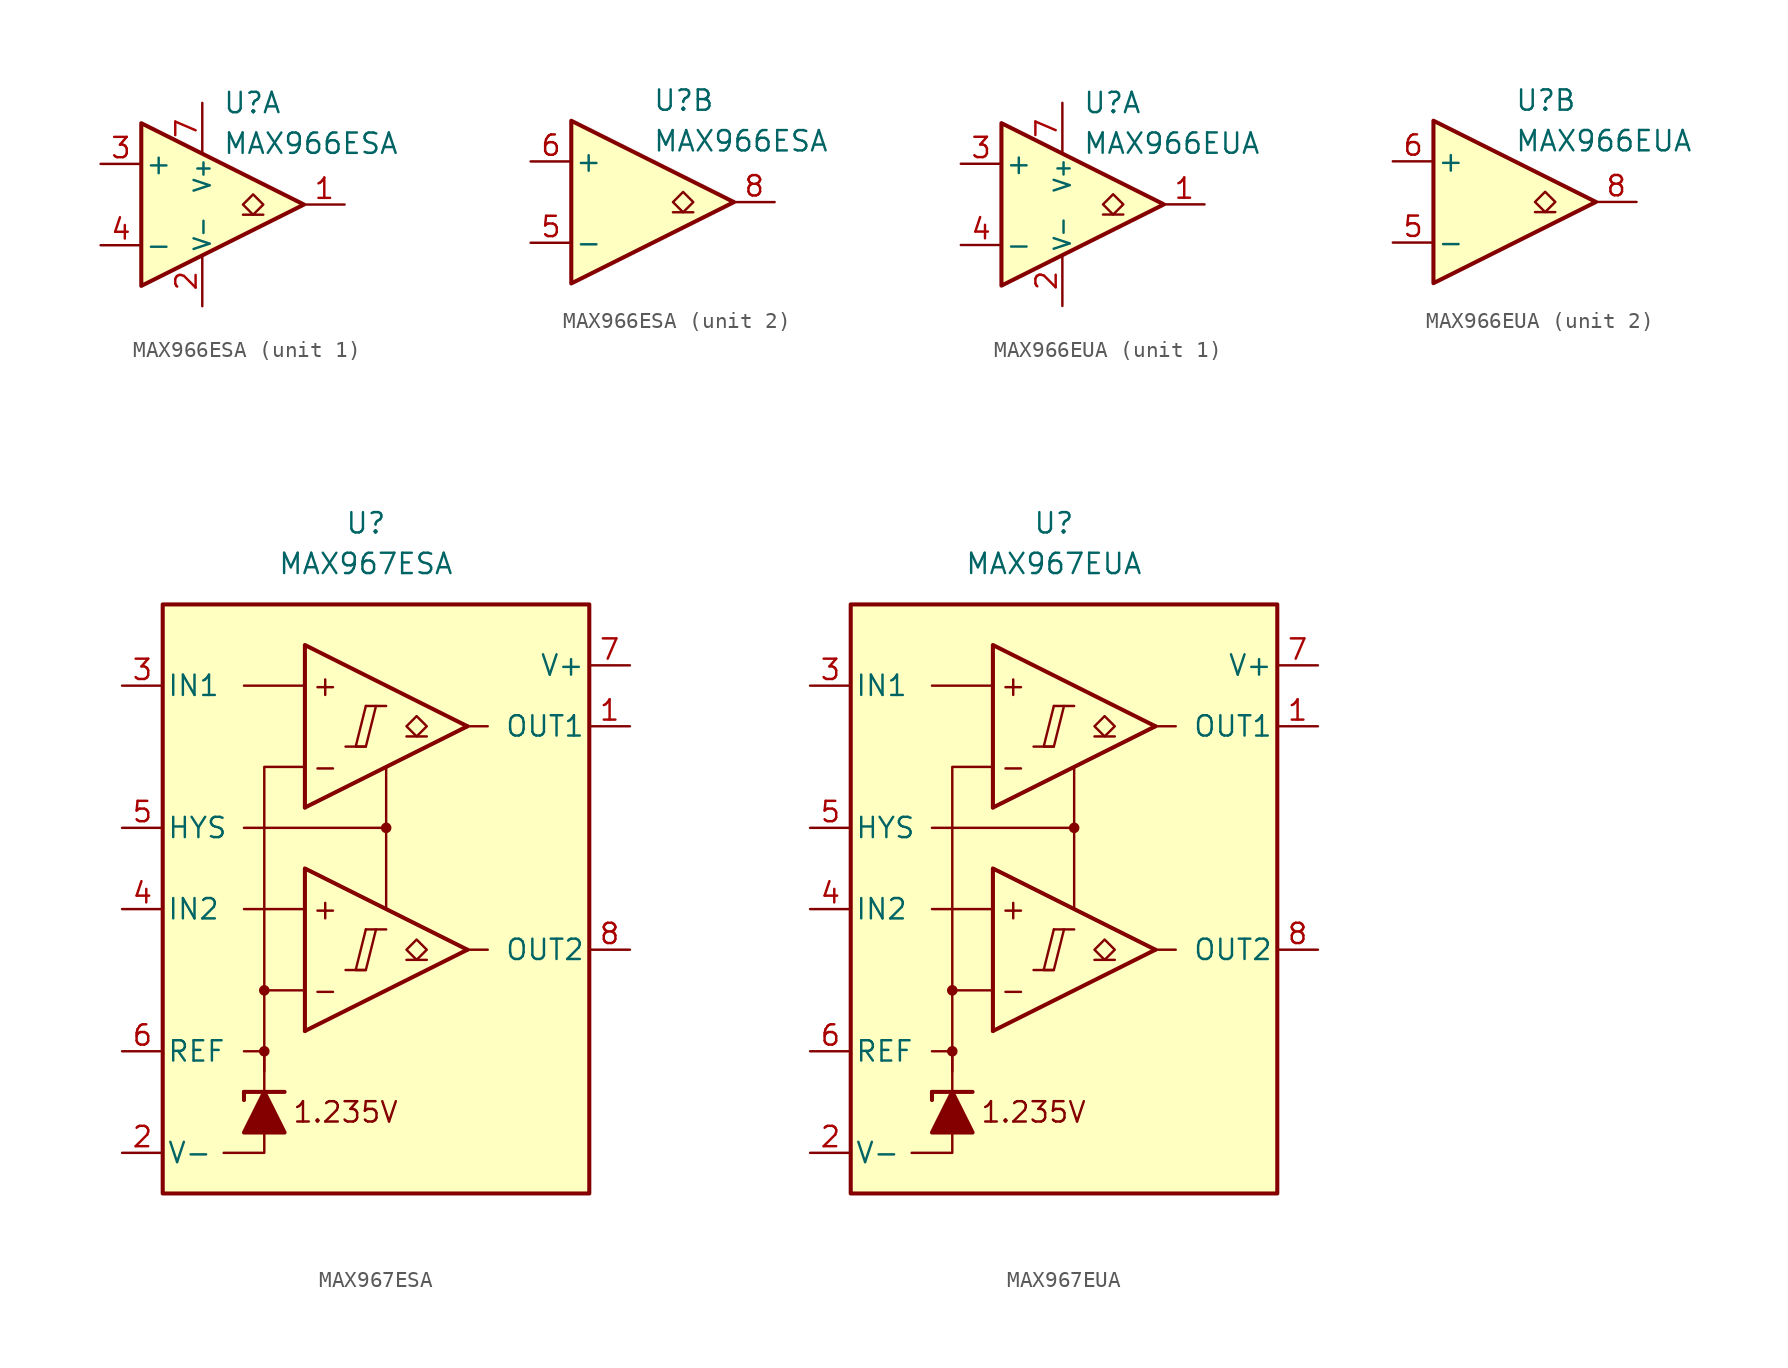
<source format=kicad_sym>
(kicad_symbol_lib
  (version 20231120)
  (generator "kicad_symbol_editor")
  (generator_version "8.0")
  (symbol "MAX966ESA"
    (pin_names
      (offset 0.2))
    (property "Reference" "U"
      (at 1.27 6.35 0)
      (effects (font (size 1.27 1.27)) (justify left)))
    (property "Value" "MAX966ESA"
      (at 1.27 3.81 0)
      (effects (font (size 1.27 1.27)) (justify left)))
    (property "ki_locked" ""
      (at 0 0 0)
      (effects (font (size 1.27 1.27))))
    (symbol "MAX966ESA_0_1"
      (polyline (pts (xy -3.81 5.08) (xy -3.81 -5.08) (xy 6.35 0) (xy -3.81 5.08)) (stroke (width 0.254) (type default)) (fill (type background))))
    (symbol "MAX966ESA_1_1"
      (polyline (pts (xy 3.81 -0.635) (xy 2.54 -0.635)) (stroke (width 0.152) (type default)) (fill (type none)))
      (polyline (pts (xy 3.175 -0.635) (xy 2.54 0) (xy 3.175 0.635) (xy 3.81 0) (xy 3.175 -0.635)) (stroke (width 0.152) (type default)) (fill (type none)))
      (pin output line (at 8.89 0 180) (length 2.54) (name "~" (effects (font (size 1.27 1.27)))) (number "1" (effects (font (size 1.27 1.27)))))
      (pin power_in line (at 0 -6.35 90) (length 3.18) (name "V-" (effects (font (size 1 1)))) (number "2" (effects (font (size 1.27 1.27)))))
      (pin input line (at -6.35 2.54 0) (length 2.54) (name "+" (effects (font (size 1.27 1.27)))) (number "3" (effects (font (size 1.27 1.27)))))
      (pin input line (at -6.35 -2.54 0) (length 2.54) (name "-" (effects (font (size 1.27 1.27)))) (number "4" (effects (font (size 1.27 1.27)))))
      (pin power_in line (at 0 6.35 270) (length 3.18) (name "V+" (effects (font (size 1 1)))) (number "7" (effects (font (size 1.27 1.27))))))
    (symbol "MAX966ESA_2_1"
      (polyline (pts (xy 3.81 -0.635) (xy 2.54 -0.635)) (stroke (width 0.152) (type default)) (fill (type none)))
      (polyline (pts (xy 3.175 -0.635) (xy 2.54 0) (xy 3.175 0.635) (xy 3.81 0) (xy 3.175 -0.635)) (stroke (width 0.152) (type default)) (fill (type none)))
      (pin input line (at -6.35 -2.54 0) (length 2.54) (name "-" (effects (font (size 1.27 1.27)))) (number "5" (effects (font (size 1.27 1.27)))))
      (pin input line (at -6.35 2.54 0) (length 2.54) (name "+" (effects (font (size 1.27 1.27)))) (number "6" (effects (font (size 1.27 1.27)))))
      (pin output line (at 8.89 0 180) (length 2.54) (name "~" (effects (font (size 1.27 1.27)))) (number "8" (effects (font (size 1.27 1.27)))))))
  (symbol "MAX966EUA"
    (pin_names
      (offset 0.2))
    (property "Reference" "U"
      (at 1.27 6.35 0)
      (effects (font (size 1.27 1.27)) (justify left)))
    (property "Value" "MAX966EUA"
      (at 1.27 3.81 0)
      (effects (font (size 1.27 1.27)) (justify left)))
    (property "ki_locked" ""
      (at 0 0 0)
      (effects (font (size 1.27 1.27))))
    (symbol "MAX966EUA_0_1"
      (polyline (pts (xy -3.81 5.08) (xy -3.81 -5.08) (xy 6.35 0) (xy -3.81 5.08)) (stroke (width 0.254) (type default)) (fill (type background))))
    (symbol "MAX966EUA_1_1"
      (polyline (pts (xy 3.81 -0.635) (xy 2.54 -0.635)) (stroke (width 0.152) (type default)) (fill (type none)))
      (polyline (pts (xy 3.175 -0.635) (xy 2.54 0) (xy 3.175 0.635) (xy 3.81 0) (xy 3.175 -0.635)) (stroke (width 0.152) (type default)) (fill (type none)))
      (pin output line (at 8.89 0 180) (length 2.54) (name "~" (effects (font (size 1.27 1.27)))) (number "1" (effects (font (size 1.27 1.27)))))
      (pin power_in line (at 0 -6.35 90) (length 3.18) (name "V-" (effects (font (size 1 1)))) (number "2" (effects (font (size 1.27 1.27)))))
      (pin input line (at -6.35 2.54 0) (length 2.54) (name "+" (effects (font (size 1.27 1.27)))) (number "3" (effects (font (size 1.27 1.27)))))
      (pin input line (at -6.35 -2.54 0) (length 2.54) (name "-" (effects (font (size 1.27 1.27)))) (number "4" (effects (font (size 1.27 1.27)))))
      (pin power_in line (at 0 6.35 270) (length 3.18) (name "V+" (effects (font (size 1 1)))) (number "7" (effects (font (size 1.27 1.27))))))
    (symbol "MAX966EUA_2_1"
      (polyline (pts (xy 3.81 -0.635) (xy 2.54 -0.635)) (stroke (width 0.152) (type default)) (fill (type none)))
      (polyline (pts (xy 3.175 -0.635) (xy 2.54 0) (xy 3.175 0.635) (xy 3.81 0) (xy 3.175 -0.635)) (stroke (width 0.152) (type default)) (fill (type none)))
      (pin input line (at -6.35 -2.54 0) (length 2.54) (name "-" (effects (font (size 1.27 1.27)))) (number "5" (effects (font (size 1.27 1.27)))))
      (pin input line (at -6.35 2.54 0) (length 2.54) (name "+" (effects (font (size 1.27 1.27)))) (number "6" (effects (font (size 1.27 1.27)))))
      (pin output line (at 8.89 0 180) (length 2.54) (name "~" (effects (font (size 1.27 1.27)))) (number "8" (effects (font (size 1.27 1.27)))))))
  (symbol "MAX967ESA"
    (pin_names
      (offset 0.254))
    (property "Reference" "U"
      (at -1.27 22.86 0)
      (effects (font (size 1.27 1.27))))
    (property "Value" "MAX967ESA"
      (at -1.27 20.32 0)
      (effects (font (size 1.27 1.27))))
    (symbol "MAX967ESA_0_0"
      (rectangle (start -13.97 17.78) (end 12.7 -19.05) (stroke (width 0.254) (type default)) (fill (type background)))
      (circle (center -7.62 -10.16) (radius 0.254) (stroke (width 0.152) (type default)) (fill (type outline)))
      (circle (center -7.62 -6.35) (radius 0.254) (stroke (width 0.152) (type default)) (fill (type outline)))
      (polyline (pts (xy -2.54 -5.08) (xy -1.27 -5.08)) (stroke (width 0.152) (type default)) (fill (type none)))
      (polyline (pts (xy -2.54 8.89) (xy -1.27 8.89)) (stroke (width 0.152) (type default)) (fill (type none)))
      (polyline (pts (xy -1.27 -2.54) (xy 0 -2.54)) (stroke (width 0.152) (type default)) (fill (type none)))
      (polyline (pts (xy -1.27 11.43) (xy 0 11.43)) (stroke (width 0.152) (type default)) (fill (type none)))
      (polyline (pts (xy 5.08 -3.81) (xy -5.08 -8.89)) (stroke (width 0.254) (type default)) (fill (type none)))
      (polyline (pts (xy 5.08 10.16) (xy -5.08 5.08)) (stroke (width 0.254) (type default)) (fill (type none)))
      (polyline (pts (xy 5.08 -3.81) (xy -5.08 1.27) (xy -5.08 -8.89)) (stroke (width 0.254) (type default)) (fill (type background)))
      (polyline (pts (xy 5.08 10.16) (xy -5.08 15.24) (xy -5.08 5.08)) (stroke (width 0.254) (type default)) (fill (type background)))
      (polyline (pts (xy -1.27 -2.54) (xy -1.905 -5.08) (xy -1.27 -5.08) (xy -0.635 -2.54)) (stroke (width 0.152) (type default)) (fill (type none)))
      (polyline (pts (xy -1.27 11.43) (xy -1.905 8.89) (xy -1.27 8.89) (xy -0.635 11.43)) (stroke (width 0.152) (type default)) (fill (type none)))
      (circle (center 0 3.81) (radius 0.254) (stroke (width 0.152) (type default)) (fill (type outline)))
      (text "+" (at -3.81 -1.27 0) (effects (font (size 1.27 1.27))))
      (text "+" (at -3.81 12.7 0) (effects (font (size 1.27 1.27))))
      (text "-" (at -3.81 -6.35 0) (effects (font (size 1.27 1.27))))
      (text "-" (at -3.81 7.62 0) (effects (font (size 1.27 1.27))))
      (text "1.235V" (at -2.54 -13.97 0) (effects (font (size 1.27 1.27)))))
    (symbol "MAX967ESA_0_1"
      (polyline (pts (xy -8.89 -12.7) (xy -8.89 -13.208)) (stroke (width 0.254) (type default)) (fill (type none)))
      (polyline (pts (xy -8.89 -12.7) (xy -6.35 -12.7)) (stroke (width 0.254) (type default)) (fill (type none)))
      (polyline (pts (xy -5.08 -1.27) (xy -8.89 -1.27)) (stroke (width 0) (type default)) (fill (type none)))
      (polyline (pts (xy -5.08 12.7) (xy -8.89 12.7)) (stroke (width 0) (type default)) (fill (type none)))
      (polyline (pts (xy 0 3.81) (xy 0 -1.27)) (stroke (width 0) (type default)) (fill (type none)))
      (polyline (pts (xy 5.08 -3.81) (xy 6.35 -3.81)) (stroke (width 0) (type default)) (fill (type none)))
      (polyline (pts (xy 5.08 10.16) (xy 6.35 10.16)) (stroke (width 0) (type default)) (fill (type none)))
      (polyline (pts (xy -7.62 -15.24) (xy -7.62 -16.51) (xy -10.16 -16.51)) (stroke (width 0) (type default)) (fill (type none)))
      (polyline (pts (xy -7.62 -12.7) (xy -7.62 -10.16) (xy -8.89 -10.16)) (stroke (width 0) (type default)) (fill (type none)))
      (polyline (pts (xy -7.62 -11.43) (xy -7.62 -6.35) (xy -5.08 -6.35)) (stroke (width 0) (type default)) (fill (type none)))
      (polyline (pts (xy -7.62 -6.35) (xy -7.62 7.62) (xy -5.08 7.62)) (stroke (width 0) (type default)) (fill (type none)))
      (polyline (pts (xy 0 7.62) (xy 0 3.81) (xy -8.89 3.81)) (stroke (width 0) (type default)) (fill (type none)))
      (polyline (pts (xy -6.35 -15.24) (xy -8.89 -15.24) (xy -7.62 -12.7) (xy -6.35 -15.24)) (stroke (width 0.254) (type default)) (fill (type outline))))
    (symbol "MAX967ESA_1_1"
      (polyline (pts (xy 2.54 -4.445) (xy 1.27 -4.445)) (stroke (width 0.152) (type default)) (fill (type none)))
      (polyline (pts (xy 2.54 9.525) (xy 1.27 9.525)) (stroke (width 0.152) (type default)) (fill (type none)))
      (polyline (pts (xy 1.905 -4.445) (xy 1.27 -3.81) (xy 1.905 -3.175) (xy 2.54 -3.81) (xy 1.905 -4.445)) (stroke (width 0.152) (type default)) (fill (type none)))
      (polyline (pts (xy 1.905 9.525) (xy 1.27 10.16) (xy 1.905 10.795) (xy 2.54 10.16) (xy 1.905 9.525)) (stroke (width 0.152) (type default)) (fill (type none)))
      (pin output line (at 15.24 10.16 180) (length 2.54) (name "OUT1" (effects (font (size 1.27 1.27)))) (number "1" (effects (font (size 1.27 1.27)))))
      (pin power_in line (at -16.51 -16.51 0) (length 2.54) (name "V-" (effects (font (size 1.27 1.27)))) (number "2" (effects (font (size 1.27 1.27)))))
      (pin input line (at -16.51 12.7 0) (length 2.54) (name "IN1" (effects (font (size 1.27 1.27)))) (number "3" (effects (font (size 1.27 1.27)))))
      (pin input line (at -16.51 -1.27 0) (length 2.54) (name "IN2" (effects (font (size 1.27 1.27)))) (number "4" (effects (font (size 1.27 1.27)))))
      (pin input line (at -16.51 3.81 0) (length 2.54) (name "HYS" (effects (font (size 1.27 1.27)))) (number "5" (effects (font (size 1.27 1.27)))))
      (pin output line (at -16.51 -10.16 0) (length 2.54) (name "REF" (effects (font (size 1.27 1.27)))) (number "6" (effects (font (size 1.27 1.27)))))
      (pin power_in line (at 15.24 13.97 180) (length 2.54) (name "V+" (effects (font (size 1.27 1.27)))) (number "7" (effects (font (size 1.27 1.27)))))
      (pin output line (at 15.24 -3.81 180) (length 2.54) (name "OUT2" (effects (font (size 1.27 1.27)))) (number "8" (effects (font (size 1.27 1.27)))))))
  (symbol "MAX967EUA"
    (pin_names
      (offset 0.254))
    (property "Reference" "U"
      (at -1.27 22.86 0)
      (effects (font (size 1.27 1.27))))
    (property "Value" "MAX967EUA"
      (at -1.27 20.32 0)
      (effects (font (size 1.27 1.27))))
    (symbol "MAX967EUA_0_0"
      (rectangle (start -13.97 17.78) (end 12.7 -19.05) (stroke (width 0.254) (type default)) (fill (type background)))
      (circle (center -7.62 -10.16) (radius 0.254) (stroke (width 0.152) (type default)) (fill (type outline)))
      (circle (center -7.62 -6.35) (radius 0.254) (stroke (width 0.152) (type default)) (fill (type outline)))
      (polyline (pts (xy -2.54 -5.08) (xy -1.27 -5.08)) (stroke (width 0.152) (type default)) (fill (type none)))
      (polyline (pts (xy -2.54 8.89) (xy -1.27 8.89)) (stroke (width 0.152) (type default)) (fill (type none)))
      (polyline (pts (xy -1.27 -2.54) (xy 0 -2.54)) (stroke (width 0.152) (type default)) (fill (type none)))
      (polyline (pts (xy -1.27 11.43) (xy 0 11.43)) (stroke (width 0.152) (type default)) (fill (type none)))
      (polyline (pts (xy 5.08 -3.81) (xy -5.08 -8.89)) (stroke (width 0.254) (type default)) (fill (type none)))
      (polyline (pts (xy 5.08 10.16) (xy -5.08 5.08)) (stroke (width 0.254) (type default)) (fill (type none)))
      (polyline (pts (xy 5.08 -3.81) (xy -5.08 1.27) (xy -5.08 -8.89)) (stroke (width 0.254) (type default)) (fill (type background)))
      (polyline (pts (xy 5.08 10.16) (xy -5.08 15.24) (xy -5.08 5.08)) (stroke (width 0.254) (type default)) (fill (type background)))
      (polyline (pts (xy -1.27 -2.54) (xy -1.905 -5.08) (xy -1.27 -5.08) (xy -0.635 -2.54)) (stroke (width 0.152) (type default)) (fill (type none)))
      (polyline (pts (xy -1.27 11.43) (xy -1.905 8.89) (xy -1.27 8.89) (xy -0.635 11.43)) (stroke (width 0.152) (type default)) (fill (type none)))
      (circle (center 0 3.81) (radius 0.254) (stroke (width 0.152) (type default)) (fill (type outline)))
      (text "+" (at -3.81 -1.27 0) (effects (font (size 1.27 1.27))))
      (text "+" (at -3.81 12.7 0) (effects (font (size 1.27 1.27))))
      (text "-" (at -3.81 -6.35 0) (effects (font (size 1.27 1.27))))
      (text "-" (at -3.81 7.62 0) (effects (font (size 1.27 1.27))))
      (text "1.235V" (at -2.54 -13.97 0) (effects (font (size 1.27 1.27)))))
    (symbol "MAX967EUA_0_1"
      (polyline (pts (xy -8.89 -12.7) (xy -8.89 -13.208)) (stroke (width 0.254) (type default)) (fill (type none)))
      (polyline (pts (xy -8.89 -12.7) (xy -6.35 -12.7)) (stroke (width 0.254) (type default)) (fill (type none)))
      (polyline (pts (xy -5.08 -1.27) (xy -8.89 -1.27)) (stroke (width 0) (type default)) (fill (type none)))
      (polyline (pts (xy -5.08 12.7) (xy -8.89 12.7)) (stroke (width 0) (type default)) (fill (type none)))
      (polyline (pts (xy 0 3.81) (xy 0 -1.27)) (stroke (width 0) (type default)) (fill (type none)))
      (polyline (pts (xy 5.08 -3.81) (xy 6.35 -3.81)) (stroke (width 0) (type default)) (fill (type none)))
      (polyline (pts (xy 5.08 10.16) (xy 6.35 10.16)) (stroke (width 0) (type default)) (fill (type none)))
      (polyline (pts (xy -7.62 -15.24) (xy -7.62 -16.51) (xy -10.16 -16.51)) (stroke (width 0) (type default)) (fill (type none)))
      (polyline (pts (xy -7.62 -12.7) (xy -7.62 -10.16) (xy -8.89 -10.16)) (stroke (width 0) (type default)) (fill (type none)))
      (polyline (pts (xy -7.62 -11.43) (xy -7.62 -6.35) (xy -5.08 -6.35)) (stroke (width 0) (type default)) (fill (type none)))
      (polyline (pts (xy -7.62 -6.35) (xy -7.62 7.62) (xy -5.08 7.62)) (stroke (width 0) (type default)) (fill (type none)))
      (polyline (pts (xy 0 7.62) (xy 0 3.81) (xy -8.89 3.81)) (stroke (width 0) (type default)) (fill (type none)))
      (polyline (pts (xy -6.35 -15.24) (xy -8.89 -15.24) (xy -7.62 -12.7) (xy -6.35 -15.24)) (stroke (width 0.254) (type default)) (fill (type outline))))
    (symbol "MAX967EUA_1_1"
      (polyline (pts (xy 2.54 -4.445) (xy 1.27 -4.445)) (stroke (width 0.152) (type default)) (fill (type none)))
      (polyline (pts (xy 2.54 9.525) (xy 1.27 9.525)) (stroke (width 0.152) (type default)) (fill (type none)))
      (polyline (pts (xy 1.905 -4.445) (xy 1.27 -3.81) (xy 1.905 -3.175) (xy 2.54 -3.81) (xy 1.905 -4.445)) (stroke (width 0.152) (type default)) (fill (type none)))
      (polyline (pts (xy 1.905 9.525) (xy 1.27 10.16) (xy 1.905 10.795) (xy 2.54 10.16) (xy 1.905 9.525)) (stroke (width 0.152) (type default)) (fill (type none)))
      (pin output line (at 15.24 10.16 180) (length 2.54) (name "OUT1" (effects (font (size 1.27 1.27)))) (number "1" (effects (font (size 1.27 1.27)))))
      (pin power_in line (at -16.51 -16.51 0) (length 2.54) (name "V-" (effects (font (size 1.27 1.27)))) (number "2" (effects (font (size 1.27 1.27)))))
      (pin input line (at -16.51 12.7 0) (length 2.54) (name "IN1" (effects (font (size 1.27 1.27)))) (number "3" (effects (font (size 1.27 1.27)))))
      (pin input line (at -16.51 -1.27 0) (length 2.54) (name "IN2" (effects (font (size 1.27 1.27)))) (number "4" (effects (font (size 1.27 1.27)))))
      (pin input line (at -16.51 3.81 0) (length 2.54) (name "HYS" (effects (font (size 1.27 1.27)))) (number "5" (effects (font (size 1.27 1.27)))))
      (pin output line (at -16.51 -10.16 0) (length 2.54) (name "REF" (effects (font (size 1.27 1.27)))) (number "6" (effects (font (size 1.27 1.27)))))
      (pin power_in line (at 15.24 13.97 180) (length 2.54) (name "V+" (effects (font (size 1.27 1.27)))) (number "7" (effects (font (size 1.27 1.27)))))
      (pin output line (at 15.24 -3.81 180) (length 2.54) (name "OUT2" (effects (font (size 1.27 1.27)))) (number "8" (effects (font (size 1.27 1.27))))))))
</source>
